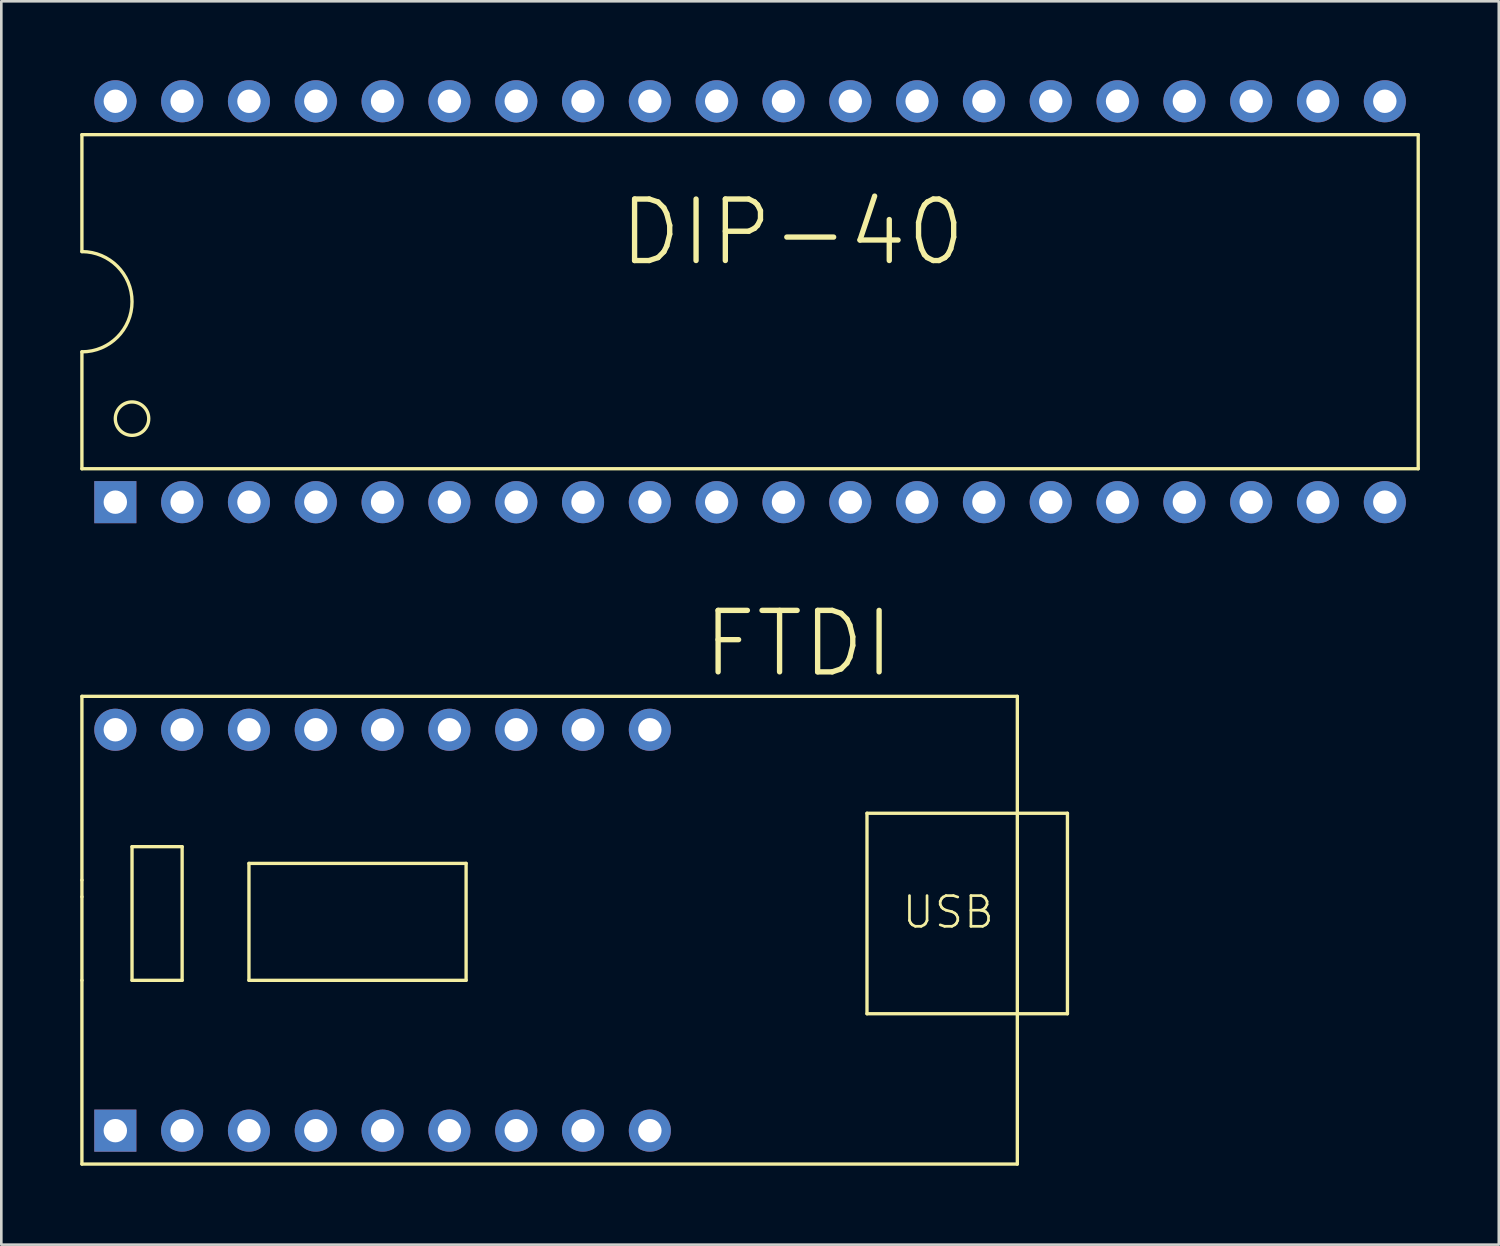
<source format=kicad_pcb>
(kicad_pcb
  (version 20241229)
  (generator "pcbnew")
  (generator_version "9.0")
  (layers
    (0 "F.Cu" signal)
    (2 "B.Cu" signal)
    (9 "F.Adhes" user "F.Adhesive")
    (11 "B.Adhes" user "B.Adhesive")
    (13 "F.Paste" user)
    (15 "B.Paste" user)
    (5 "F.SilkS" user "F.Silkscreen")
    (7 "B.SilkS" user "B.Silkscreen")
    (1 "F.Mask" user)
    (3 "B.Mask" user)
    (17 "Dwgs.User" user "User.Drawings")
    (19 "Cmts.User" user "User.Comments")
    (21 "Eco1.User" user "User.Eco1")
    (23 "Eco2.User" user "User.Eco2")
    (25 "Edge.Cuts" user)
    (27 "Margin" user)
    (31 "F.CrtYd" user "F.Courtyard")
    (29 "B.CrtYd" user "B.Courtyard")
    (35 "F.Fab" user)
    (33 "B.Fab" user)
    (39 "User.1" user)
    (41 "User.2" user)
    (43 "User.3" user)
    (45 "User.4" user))
  (footprint "DIP-40"
    (layer "F.Cu")
    (at 24.194 8.42)
    (property "Reference" "DIP-40" (at -3.81 -1.27 0) (unlocked yes) (layer "F.SilkS") (effects (font (size 2.337 2.337) (thickness 0.203)) (justify left bottom)))
    (fp_line (start -24.13 -1.905) (end -24.13 -6.35) (stroke (width 0.127) (type solid)) (layer "F.SilkS"))
    (fp_line (start -24.13 6.35) (end -24.13 1.905) (stroke (width 0.127) (type solid)) (layer "F.SilkS"))
    (fp_line (start 26.67 -6.35) (end -24.13 -6.35) (stroke (width 0.127) (type solid)) (layer "F.SilkS"))
    (fp_line (start 26.67 6.35) (end -24.13 6.35) (stroke (width 0.127) (type solid)) (layer "F.SilkS"))
    (fp_line (start 26.67 6.35) (end 26.67 -6.35) (stroke (width 0.127) (type solid)) (layer "F.SilkS"))
    (fp_arc (start -24.13 -1.905) (mid -22.225 0) (end -24.13 1.905) (stroke (width 0.127) (type solid)) (layer "F.SilkS"))
    (fp_circle (center -22.225 4.445) (end -21.59 4.445) (stroke (width 0.127) (type solid)) (fill no) (layer "F.SilkS"))
    (pad "1" thru_hole rect (at -22.86 7.62) (size 1.6 1.6) (drill 0.889) (layers "*.Cu" "*.Mask"))
    (pad "2" thru_hole circle (at -20.32 7.62) (size 1.6 1.6) (drill 0.889) (layers "*.Cu" "*.Mask"))
    (pad "3" thru_hole circle (at -17.78 7.62) (size 1.6 1.6) (drill 0.889) (layers "*.Cu" "*.Mask"))
    (pad "4" thru_hole circle (at -15.24 7.62) (size 1.6 1.6) (drill 0.889) (layers "*.Cu" "*.Mask"))
    (pad "5" thru_hole circle (at -12.7 7.62) (size 1.6 1.6) (drill 0.889) (layers "*.Cu" "*.Mask"))
    (pad "6" thru_hole circle (at -10.16 7.62) (size 1.6 1.6) (drill 0.889) (layers "*.Cu" "*.Mask"))
    (pad "7" thru_hole circle (at -7.62 7.62) (size 1.6 1.6) (drill 0.889) (layers "*.Cu" "*.Mask"))
    (pad "8" thru_hole circle (at -5.08 7.62) (size 1.6 1.6) (drill 0.889) (layers "*.Cu" "*.Mask"))
    (pad "9" thru_hole circle (at -2.54 7.62) (size 1.6 1.6) (drill 0.889) (layers "*.Cu" "*.Mask"))
    (pad "10" thru_hole circle (at 0 7.62) (size 1.6 1.6) (drill 0.889) (layers "*.Cu" "*.Mask"))
    (pad "11" thru_hole circle (at 2.54 7.62) (size 1.6 1.6) (drill 0.889) (layers "*.Cu" "*.Mask"))
    (pad "12" thru_hole circle (at 5.08 7.62) (size 1.6 1.6) (drill 0.889) (layers "*.Cu" "*.Mask"))
    (pad "13" thru_hole circle (at 7.62 7.62) (size 1.6 1.6) (drill 0.889) (layers "*.Cu" "*.Mask"))
    (pad "14" thru_hole circle (at 10.16 7.62) (size 1.6 1.6) (drill 0.889) (layers "*.Cu" "*.Mask"))
    (pad "15" thru_hole circle (at 12.7 7.62) (size 1.6 1.6) (drill 0.889) (layers "*.Cu" "*.Mask"))
    (pad "16" thru_hole circle (at 15.24 7.62) (size 1.6 1.6) (drill 0.889) (layers "*.Cu" "*.Mask"))
    (pad "17" thru_hole circle (at 17.78 7.62) (size 1.6 1.6) (drill 0.889) (layers "*.Cu" "*.Mask"))
    (pad "18" thru_hole circle (at 20.32 7.62) (size 1.6 1.6) (drill 0.889) (layers "*.Cu" "*.Mask"))
    (pad "19" thru_hole circle (at 22.86 7.62) (size 1.6 1.6) (drill 0.889) (layers "*.Cu" "*.Mask"))
    (pad "20" thru_hole circle (at 25.4 7.62) (size 1.6 1.6) (drill 0.889) (layers "*.Cu" "*.Mask"))
    (pad "21" thru_hole circle (at 25.4 -7.62) (size 1.6 1.6) (drill 0.889) (layers "*.Cu" "*.Mask"))
    (pad "22" thru_hole circle (at 22.86 -7.62) (size 1.6 1.6) (drill 0.889) (layers "*.Cu" "*.Mask"))
    (pad "23" thru_hole circle (at 20.32 -7.62) (size 1.6 1.6) (drill 0.889) (layers "*.Cu" "*.Mask"))
    (pad "24" thru_hole circle (at 17.78 -7.62) (size 1.6 1.6) (drill 0.889) (layers "*.Cu" "*.Mask"))
    (pad "25" thru_hole circle (at 15.24 -7.62) (size 1.6 1.6) (drill 0.889) (layers "*.Cu" "*.Mask"))
    (pad "26" thru_hole circle (at 12.7 -7.62) (size 1.6 1.6) (drill 0.889) (layers "*.Cu" "*.Mask"))
    (pad "27" thru_hole circle (at 10.16 -7.62) (size 1.6 1.6) (drill 0.889) (layers "*.Cu" "*.Mask"))
    (pad "28" thru_hole circle (at 7.62 -7.62) (size 1.6 1.6) (drill 0.889) (layers "*.Cu" "*.Mask"))
    (pad "29" thru_hole circle (at 5.08 -7.62) (size 1.6 1.6) (drill 0.889) (layers "*.Cu" "*.Mask"))
    (pad "30" thru_hole circle (at 2.54 -7.62) (size 1.6 1.6) (drill 0.889) (layers "*.Cu" "*.Mask"))
    (pad "31" thru_hole circle (at 0 -7.62) (size 1.6 1.6) (drill 0.889) (layers "*.Cu" "*.Mask"))
    (pad "32" thru_hole circle (at -2.54 -7.62) (size 1.6 1.6) (drill 0.889) (layers "*.Cu" "*.Mask"))
    (pad "33" thru_hole circle (at -5.08 -7.62) (size 1.6 1.6) (drill 0.889) (layers "*.Cu" "*.Mask"))
    (pad "34" thru_hole circle (at -7.62 -7.62) (size 1.6 1.6) (drill 0.889) (layers "*.Cu" "*.Mask"))
    (pad "35" thru_hole circle (at -10.16 -7.62) (size 1.6 1.6) (drill 0.889) (layers "*.Cu" "*.Mask"))
    (pad "36" thru_hole circle (at -12.7 -7.62) (size 1.6 1.6) (drill 0.889) (layers "*.Cu" "*.Mask"))
    (pad "37" thru_hole circle (at -15.24 -7.62) (size 1.6 1.6) (drill 0.889) (layers "*.Cu" "*.Mask"))
    (pad "38" thru_hole circle (at -17.78 -7.62) (size 1.6 1.6) (drill 0.889) (layers "*.Cu" "*.Mask"))
    (pad "39" thru_hole circle (at -20.32 -7.62) (size 1.6 1.6) (drill 0.889) (layers "*.Cu" "*.Mask"))
    (pad "40" thru_hole circle (at -22.86 -7.62) (size 1.6 1.6) (drill 0.889) (layers "*.Cu" "*.Mask")))
  (footprint "FTDI"
    (layer "F.Cu")
    (at 24.194 32.312)
    (property "Reference" "FTDI" (at -0.635 -9.525 0) (unlocked yes) (layer "F.SilkS") (effects (font (size 2.337 2.337) (thickness 0.203)) (justify left bottom)))
    (fp_line (start -24.13 -1.905) (end -24.13 -8.89) (stroke (width 0.127) (type solid)) (layer "F.SilkS"))
    (fp_line (start -24.13 -1.27) (end -24.13 -1.905) (stroke (width 0.127) (type solid)) (layer "F.SilkS"))
    (fp_line (start -24.13 1.905) (end -24.13 -1.27) (stroke (width 0.127) (type solid)) (layer "F.SilkS"))
    (fp_line (start -24.13 8.89) (end -24.13 1.905) (stroke (width 0.127) (type solid)) (layer "F.SilkS"))
    (fp_line (start -22.225 -3.175) (end -22.225 1.905) (stroke (width 0.127) (type solid)) (layer "F.SilkS"))
    (fp_line (start -22.225 1.905) (end -20.32 1.905) (stroke (width 0.127) (type solid)) (layer "F.SilkS"))
    (fp_line (start -20.32 -3.175) (end -22.225 -3.175) (stroke (width 0.127) (type solid)) (layer "F.SilkS"))
    (fp_line (start -20.32 1.905) (end -20.32 -3.175) (stroke (width 0.127) (type solid)) (layer "F.SilkS"))
    (fp_line (start -17.78 -2.54) (end -17.78 1.905) (stroke (width 0.127) (type solid)) (layer "F.SilkS"))
    (fp_line (start -17.78 1.905) (end -9.525 1.905) (stroke (width 0.127) (type solid)) (layer "F.SilkS"))
    (fp_line (start -9.525 -2.54) (end -17.78 -2.54) (stroke (width 0.127) (type solid)) (layer "F.SilkS"))
    (fp_line (start -9.525 1.905) (end -9.525 -2.54) (stroke (width 0.127) (type solid)) (layer "F.SilkS"))
    (fp_line (start 5.715 -4.445) (end 13.335 -4.445) (stroke (width 0.127) (type solid)) (layer "F.SilkS"))
    (fp_line (start 5.715 3.175) (end 5.715 -4.445) (stroke (width 0.127) (type solid)) (layer "F.SilkS"))
    (fp_line (start 11.43 -8.89) (end -24.13 -8.89) (stroke (width 0.127) (type solid)) (layer "F.SilkS"))
    (fp_line (start 11.43 8.89) (end -24.13 8.89) (stroke (width 0.127) (type solid)) (layer "F.SilkS"))
    (fp_line (start 11.43 8.89) (end 11.43 -8.89) (stroke (width 0.127) (type solid)) (layer "F.SilkS"))
    (fp_line (start 13.335 -4.445) (end 13.335 3.175) (stroke (width 0.127) (type solid)) (layer "F.SilkS"))
    (fp_line (start 13.335 3.175) (end 5.715 3.175) (stroke (width 0.127) (type solid)) (layer "F.SilkS"))
    (fp_text user "USB" (at 6.985 0 0) (unlocked yes) (layer "F.SilkS") (effects (font (size 1.168 1.168) (thickness 0.102)) (justify left bottom)))
    (pad "1" thru_hole rect (at -22.86 7.62) (size 1.6 1.6) (drill 0.889) (layers "*.Cu" "*.Mask"))
    (pad "2" thru_hole circle (at -20.32 7.62) (size 1.6 1.6) (drill 0.889) (layers "*.Cu" "*.Mask"))
    (pad "3" thru_hole circle (at -17.78 7.62) (size 1.6 1.6) (drill 0.889) (layers "*.Cu" "*.Mask"))
    (pad "4" thru_hole circle (at -15.24 7.62) (size 1.6 1.6) (drill 0.889) (layers "*.Cu" "*.Mask"))
    (pad "5" thru_hole circle (at -12.7 7.62) (size 1.6 1.6) (drill 0.889) (layers "*.Cu" "*.Mask"))
    (pad "6" thru_hole circle (at -10.16 7.62) (size 1.6 1.6) (drill 0.889) (layers "*.Cu" "*.Mask"))
    (pad "7" thru_hole circle (at -7.62 7.62) (size 1.6 1.6) (drill 0.889) (layers "*.Cu" "*.Mask"))
    (pad "8" thru_hole circle (at -5.08 7.62) (size 1.6 1.6) (drill 0.889) (layers "*.Cu" "*.Mask"))
    (pad "9" thru_hole circle (at -2.54 7.62) (size 1.6 1.6) (drill 0.889) (layers "*.Cu" "*.Mask"))
    (pad "10" thru_hole circle (at -2.54 -7.62 180) (size 1.6 1.6) (drill 0.889) (layers "*.Cu" "*.Mask"))
    (pad "11" thru_hole circle (at -5.08 -7.62 180) (size 1.6 1.6) (drill 0.889) (layers "*.Cu" "*.Mask"))
    (pad "12" thru_hole circle (at -7.62 -7.62 180) (size 1.6 1.6) (drill 0.889) (layers "*.Cu" "*.Mask"))
    (pad "13" thru_hole circle (at -10.16 -7.62 180) (size 1.6 1.6) (drill 0.889) (layers "*.Cu" "*.Mask"))
    (pad "14" thru_hole circle (at -12.7 -7.62 180) (size 1.6 1.6) (drill 0.889) (layers "*.Cu" "*.Mask"))
    (pad "15" thru_hole circle (at -15.24 -7.62 180) (size 1.6 1.6) (drill 0.889) (layers "*.Cu" "*.Mask"))
    (pad "16" thru_hole circle (at -17.78 -7.62 180) (size 1.6 1.6) (drill 0.889) (layers "*.Cu" "*.Mask"))
    (pad "17" thru_hole circle (at -20.32 -7.62 180) (size 1.6 1.6) (drill 0.889) (layers "*.Cu" "*.Mask"))
    (pad "18" thru_hole circle (at -22.86 -7.62 180) (size 1.6 1.6) (drill 0.889) (layers "*.Cu" "*.Mask")))
  (gr_rect
    (start -3 -3)
    (end 53.927 44.265)
    (stroke (width 0.1) (type default))
    (fill no)
    (layer "Edge.Cuts")))
</source>
